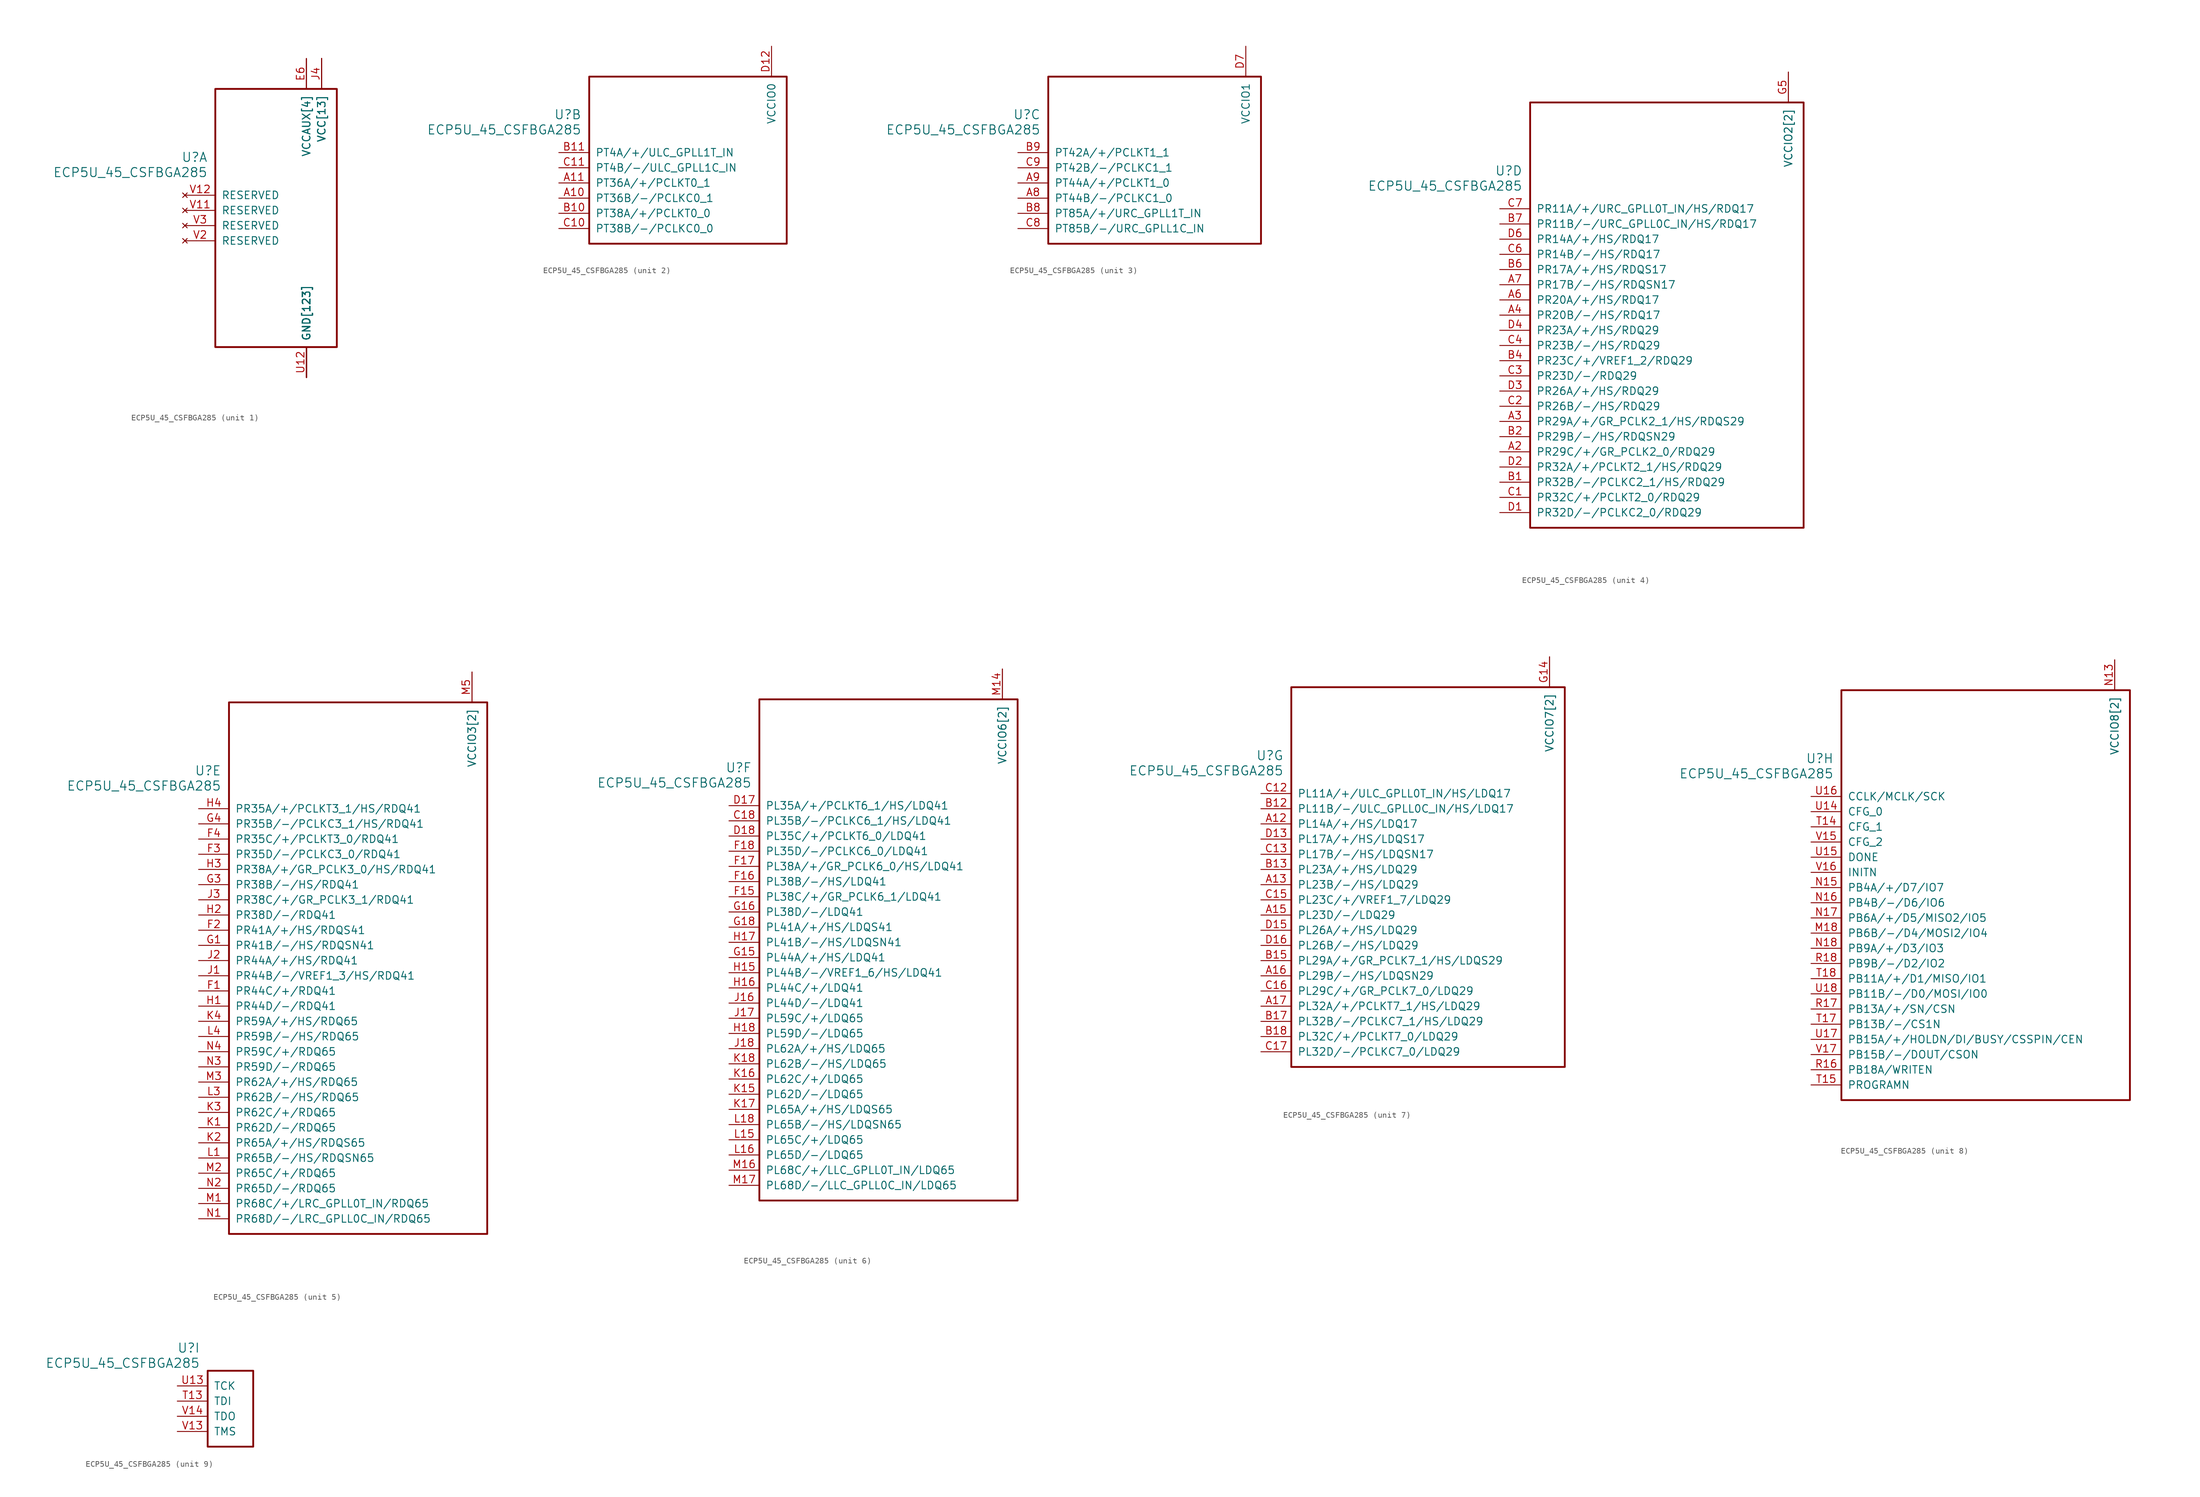
<source format=kicad_sym>
(kicad_symbol_lib
  (version 20211014)
  (generator kicad_symbol_editor)
  (symbol "ECP5U_45_CSFBGA285"
    (pin_names
      (offset 1.016))
    (property "Reference" "U"
      (at 3.81 6.35 0)
      (effects (font (size 1.524 1.524)) (justify right)))
    (property "Value" "ECP5U_45_CSFBGA285"
      (at 3.81 3.81 0)
      (effects (font (size 1.524 1.524)) (justify right)))
    (property "ki_locked" ""
      (at 0 0 0)
      (effects (font (size 1.27 1.27))))
    (symbol "ECP5U_45_CSFBGA285_1_1"
      (rectangle (start 5.08 17.78) (end 25.4 -25.4) (stroke (width 0.305) (type default) (color 0 0 0 0)) (fill (type none)))
      (pin power_in line (at 20.32 -30.48 90) (length 5.08) (name "GND[123]" (effects (font (size 1.27 1.27)))) (number "B16" (effects (font (size 0 0)))))
      (pin power_in line (at 20.32 -30.48 90) (length 5.08) (name "GND[123]" (effects (font (size 1.27 1.27)))) (number "B3" (effects (font (size 0 0)))))
      (pin power_in line (at 22.86 22.86 270) (length 5.08) (name "VCC[13]" (effects (font (size 1.27 1.27)))) (number "D10" (effects (font (size 0 0)))))
      (pin power_in line (at 22.86 22.86 270) (length 5.08) (name "VCC[13]" (effects (font (size 1.27 1.27)))) (number "D11" (effects (font (size 0 0)))))
      (pin power_in line (at 22.86 22.86 270) (length 5.08) (name "VCC[13]" (effects (font (size 1.27 1.27)))) (number "D8" (effects (font (size 0 0)))))
      (pin power_in line (at 22.86 22.86 270) (length 5.08) (name "VCC[13]" (effects (font (size 1.27 1.27)))) (number "D9" (effects (font (size 0 0)))))
      (pin power_in line (at 20.32 -30.48 90) (length 5.08) (name "GND[123]" (effects (font (size 1.27 1.27)))) (number "E10" (effects (font (size 0 0)))))
      (pin power_in line (at 20.32 -30.48 90) (length 5.08) (name "GND[123]" (effects (font (size 1.27 1.27)))) (number "E11" (effects (font (size 0 0)))))
      (pin power_in line (at 20.32 -30.48 90) (length 5.08) (name "GND[123]" (effects (font (size 1.27 1.27)))) (number "E12" (effects (font (size 0 0)))))
      (pin power_in line (at 20.32 22.86 270) (length 5.08) (name "VCCAUX[4]" (effects (font (size 1.27 1.27)))) (number "E13" (effects (font (size 0 0)))))
      (pin power_in line (at 20.32 -30.48 90) (length 5.08) (name "GND[123]" (effects (font (size 1.27 1.27)))) (number "E14" (effects (font (size 0 0)))))
      (pin power_in line (at 20.32 -30.48 90) (length 5.08) (name "GND[123]" (effects (font (size 1.27 1.27)))) (number "E5" (effects (font (size 0 0)))))
      (pin power_in line (at 20.32 22.86 270) (length 5.08) (name "VCCAUX[4]" (effects (font (size 1.27 1.27)))) (number "E6" (effects (font (size 1.27 1.27)))))
      (pin power_in line (at 20.32 -30.48 90) (length 5.08) (name "GND[123]" (effects (font (size 1.27 1.27)))) (number "E7" (effects (font (size 0 0)))))
      (pin power_in line (at 20.32 -30.48 90) (length 5.08) (name "GND[123]" (effects (font (size 1.27 1.27)))) (number "E8" (effects (font (size 0 0)))))
      (pin power_in line (at 20.32 -30.48 90) (length 5.08) (name "GND[123]" (effects (font (size 1.27 1.27)))) (number "E9" (effects (font (size 0 0)))))
      (pin power_in line (at 20.32 -30.48 90) (length 5.08) (name "GND[123]" (effects (font (size 1.27 1.27)))) (number "F10" (effects (font (size 0 0)))))
      (pin power_in line (at 20.32 -30.48 90) (length 5.08) (name "GND[123]" (effects (font (size 1.27 1.27)))) (number "F11" (effects (font (size 0 0)))))
      (pin power_in line (at 20.32 -30.48 90) (length 5.08) (name "GND[123]" (effects (font (size 1.27 1.27)))) (number "F12" (effects (font (size 0 0)))))
      (pin power_in line (at 20.32 -30.48 90) (length 5.08) (name "GND[123]" (effects (font (size 1.27 1.27)))) (number "F13" (effects (font (size 0 0)))))
      (pin power_in line (at 20.32 -30.48 90) (length 5.08) (name "GND[123]" (effects (font (size 1.27 1.27)))) (number "F14" (effects (font (size 0 0)))))
      (pin power_in line (at 20.32 -30.48 90) (length 5.08) (name "GND[123]" (effects (font (size 1.27 1.27)))) (number "F5" (effects (font (size 0 0)))))
      (pin power_in line (at 20.32 -30.48 90) (length 5.08) (name "GND[123]" (effects (font (size 1.27 1.27)))) (number "F6" (effects (font (size 0 0)))))
      (pin power_in line (at 20.32 -30.48 90) (length 5.08) (name "GND[123]" (effects (font (size 1.27 1.27)))) (number "F7" (effects (font (size 0 0)))))
      (pin power_in line (at 20.32 -30.48 90) (length 5.08) (name "GND[123]" (effects (font (size 1.27 1.27)))) (number "F8" (effects (font (size 0 0)))))
      (pin power_in line (at 20.32 -30.48 90) (length 5.08) (name "GND[123]" (effects (font (size 1.27 1.27)))) (number "F9" (effects (font (size 0 0)))))
      (pin power_in line (at 20.32 -30.48 90) (length 5.08) (name "GND[123]" (effects (font (size 1.27 1.27)))) (number "G10" (effects (font (size 0 0)))))
      (pin power_in line (at 20.32 -30.48 90) (length 5.08) (name "GND[123]" (effects (font (size 1.27 1.27)))) (number "G11" (effects (font (size 0 0)))))
      (pin power_in line (at 20.32 -30.48 90) (length 5.08) (name "GND[123]" (effects (font (size 1.27 1.27)))) (number "G12" (effects (font (size 0 0)))))
      (pin power_in line (at 20.32 -30.48 90) (length 5.08) (name "GND[123]" (effects (font (size 1.27 1.27)))) (number "G13" (effects (font (size 0 0)))))
      (pin power_in line (at 20.32 -30.48 90) (length 5.08) (name "GND[123]" (effects (font (size 1.27 1.27)))) (number "G17" (effects (font (size 0 0)))))
      (pin power_in line (at 20.32 -30.48 90) (length 5.08) (name "GND[123]" (effects (font (size 1.27 1.27)))) (number "G2" (effects (font (size 0 0)))))
      (pin power_in line (at 20.32 -30.48 90) (length 5.08) (name "GND[123]" (effects (font (size 1.27 1.27)))) (number "G6" (effects (font (size 0 0)))))
      (pin power_in line (at 20.32 -30.48 90) (length 5.08) (name "GND[123]" (effects (font (size 1.27 1.27)))) (number "G7" (effects (font (size 0 0)))))
      (pin power_in line (at 20.32 -30.48 90) (length 5.08) (name "GND[123]" (effects (font (size 1.27 1.27)))) (number "G8" (effects (font (size 0 0)))))
      (pin power_in line (at 20.32 -30.48 90) (length 5.08) (name "GND[123]" (effects (font (size 1.27 1.27)))) (number "G9" (effects (font (size 0 0)))))
      (pin power_in line (at 20.32 -30.48 90) (length 5.08) (name "GND[123]" (effects (font (size 1.27 1.27)))) (number "H10" (effects (font (size 0 0)))))
      (pin power_in line (at 20.32 -30.48 90) (length 5.08) (name "GND[123]" (effects (font (size 1.27 1.27)))) (number "H11" (effects (font (size 0 0)))))
      (pin power_in line (at 20.32 -30.48 90) (length 5.08) (name "GND[123]" (effects (font (size 1.27 1.27)))) (number "H12" (effects (font (size 0 0)))))
      (pin power_in line (at 20.32 -30.48 90) (length 5.08) (name "GND[123]" (effects (font (size 1.27 1.27)))) (number "H13" (effects (font (size 0 0)))))
      (pin power_in line (at 20.32 -30.48 90) (length 5.08) (name "GND[123]" (effects (font (size 1.27 1.27)))) (number "H6" (effects (font (size 0 0)))))
      (pin power_in line (at 20.32 -30.48 90) (length 5.08) (name "GND[123]" (effects (font (size 1.27 1.27)))) (number "H7" (effects (font (size 0 0)))))
      (pin power_in line (at 20.32 -30.48 90) (length 5.08) (name "GND[123]" (effects (font (size 1.27 1.27)))) (number "H8" (effects (font (size 0 0)))))
      (pin power_in line (at 20.32 -30.48 90) (length 5.08) (name "GND[123]" (effects (font (size 1.27 1.27)))) (number "H9" (effects (font (size 0 0)))))
      (pin power_in line (at 20.32 -30.48 90) (length 5.08) (name "GND[123]" (effects (font (size 1.27 1.27)))) (number "J10" (effects (font (size 0 0)))))
      (pin power_in line (at 20.32 -30.48 90) (length 5.08) (name "GND[123]" (effects (font (size 1.27 1.27)))) (number "J11" (effects (font (size 0 0)))))
      (pin power_in line (at 20.32 -30.48 90) (length 5.08) (name "GND[123]" (effects (font (size 1.27 1.27)))) (number "J12" (effects (font (size 0 0)))))
      (pin power_in line (at 20.32 -30.48 90) (length 5.08) (name "GND[123]" (effects (font (size 1.27 1.27)))) (number "J13" (effects (font (size 0 0)))))
      (pin power_in line (at 22.86 22.86 270) (length 5.08) (name "VCC[13]" (effects (font (size 1.27 1.27)))) (number "J14" (effects (font (size 0 0)))))
      (pin power_in line (at 22.86 22.86 270) (length 5.08) (name "VCC[13]" (effects (font (size 1.27 1.27)))) (number "J15" (effects (font (size 0 0)))))
      (pin power_in line (at 22.86 22.86 270) (length 5.08) (name "VCC[13]" (effects (font (size 1.27 1.27)))) (number "J4" (effects (font (size 1.27 1.27)))))
      (pin power_in line (at 22.86 22.86 270) (length 5.08) (name "VCC[13]" (effects (font (size 1.27 1.27)))) (number "J5" (effects (font (size 0 0)))))
      (pin power_in line (at 20.32 -30.48 90) (length 5.08) (name "GND[123]" (effects (font (size 1.27 1.27)))) (number "J6" (effects (font (size 0 0)))))
      (pin power_in line (at 20.32 -30.48 90) (length 5.08) (name "GND[123]" (effects (font (size 1.27 1.27)))) (number "J7" (effects (font (size 0 0)))))
      (pin power_in line (at 20.32 -30.48 90) (length 5.08) (name "GND[123]" (effects (font (size 1.27 1.27)))) (number "J8" (effects (font (size 0 0)))))
      (pin power_in line (at 20.32 -30.48 90) (length 5.08) (name "GND[123]" (effects (font (size 1.27 1.27)))) (number "J9" (effects (font (size 0 0)))))
      (pin power_in line (at 20.32 -30.48 90) (length 5.08) (name "GND[123]" (effects (font (size 1.27 1.27)))) (number "K10" (effects (font (size 0 0)))))
      (pin power_in line (at 20.32 -30.48 90) (length 5.08) (name "GND[123]" (effects (font (size 1.27 1.27)))) (number "K11" (effects (font (size 0 0)))))
      (pin power_in line (at 20.32 -30.48 90) (length 5.08) (name "GND[123]" (effects (font (size 1.27 1.27)))) (number "K12" (effects (font (size 0 0)))))
      (pin power_in line (at 20.32 -30.48 90) (length 5.08) (name "GND[123]" (effects (font (size 1.27 1.27)))) (number "K13" (effects (font (size 0 0)))))
      (pin power_in line (at 20.32 -30.48 90) (length 5.08) (name "GND[123]" (effects (font (size 1.27 1.27)))) (number "K14" (effects (font (size 0 0)))))
      (pin power_in line (at 20.32 -30.48 90) (length 5.08) (name "GND[123]" (effects (font (size 1.27 1.27)))) (number "K5" (effects (font (size 0 0)))))
      (pin power_in line (at 20.32 -30.48 90) (length 5.08) (name "GND[123]" (effects (font (size 1.27 1.27)))) (number "K6" (effects (font (size 0 0)))))
      (pin power_in line (at 20.32 -30.48 90) (length 5.08) (name "GND[123]" (effects (font (size 1.27 1.27)))) (number "K7" (effects (font (size 0 0)))))
      (pin power_in line (at 20.32 -30.48 90) (length 5.08) (name "GND[123]" (effects (font (size 1.27 1.27)))) (number "K8" (effects (font (size 0 0)))))
      (pin power_in line (at 20.32 -30.48 90) (length 5.08) (name "GND[123]" (effects (font (size 1.27 1.27)))) (number "K9" (effects (font (size 0 0)))))
      (pin power_in line (at 20.32 -30.48 90) (length 5.08) (name "GND[123]" (effects (font (size 1.27 1.27)))) (number "L10" (effects (font (size 0 0)))))
      (pin power_in line (at 20.32 -30.48 90) (length 5.08) (name "GND[123]" (effects (font (size 1.27 1.27)))) (number "L11" (effects (font (size 0 0)))))
      (pin power_in line (at 20.32 -30.48 90) (length 5.08) (name "GND[123]" (effects (font (size 1.27 1.27)))) (number "L12" (effects (font (size 0 0)))))
      (pin power_in line (at 20.32 -30.48 90) (length 5.08) (name "GND[123]" (effects (font (size 1.27 1.27)))) (number "L13" (effects (font (size 0 0)))))
      (pin power_in line (at 20.32 -30.48 90) (length 5.08) (name "GND[123]" (effects (font (size 1.27 1.27)))) (number "L14" (effects (font (size 0 0)))))
      (pin power_in line (at 20.32 -30.48 90) (length 5.08) (name "GND[123]" (effects (font (size 1.27 1.27)))) (number "L17" (effects (font (size 0 0)))))
      (pin power_in line (at 20.32 -30.48 90) (length 5.08) (name "GND[123]" (effects (font (size 1.27 1.27)))) (number "L2" (effects (font (size 0 0)))))
      (pin power_in line (at 20.32 -30.48 90) (length 5.08) (name "GND[123]" (effects (font (size 1.27 1.27)))) (number "L5" (effects (font (size 0 0)))))
      (pin power_in line (at 20.32 -30.48 90) (length 5.08) (name "GND[123]" (effects (font (size 1.27 1.27)))) (number "L6" (effects (font (size 0 0)))))
      (pin power_in line (at 20.32 -30.48 90) (length 5.08) (name "GND[123]" (effects (font (size 1.27 1.27)))) (number "L7" (effects (font (size 0 0)))))
      (pin power_in line (at 20.32 -30.48 90) (length 5.08) (name "GND[123]" (effects (font (size 1.27 1.27)))) (number "L8" (effects (font (size 0 0)))))
      (pin power_in line (at 20.32 -30.48 90) (length 5.08) (name "GND[123]" (effects (font (size 1.27 1.27)))) (number "L9" (effects (font (size 0 0)))))
      (pin power_in line (at 20.32 -30.48 90) (length 5.08) (name "GND[123]" (effects (font (size 1.27 1.27)))) (number "M10" (effects (font (size 0 0)))))
      (pin power_in line (at 20.32 -30.48 90) (length 5.08) (name "GND[123]" (effects (font (size 1.27 1.27)))) (number "M11" (effects (font (size 0 0)))))
      (pin power_in line (at 20.32 -30.48 90) (length 5.08) (name "GND[123]" (effects (font (size 1.27 1.27)))) (number "M12" (effects (font (size 0 0)))))
      (pin power_in line (at 20.32 -30.48 90) (length 5.08) (name "GND[123]" (effects (font (size 1.27 1.27)))) (number "M13" (effects (font (size 0 0)))))
      (pin power_in line (at 22.86 22.86 270) (length 5.08) (name "VCC[13]" (effects (font (size 1.27 1.27)))) (number "M15" (effects (font (size 0 0)))))
      (pin power_in line (at 22.86 22.86 270) (length 5.08) (name "VCC[13]" (effects (font (size 1.27 1.27)))) (number "M4" (effects (font (size 0 0)))))
      (pin power_in line (at 20.32 -30.48 90) (length 5.08) (name "GND[123]" (effects (font (size 1.27 1.27)))) (number "M6" (effects (font (size 0 0)))))
      (pin power_in line (at 20.32 -30.48 90) (length 5.08) (name "GND[123]" (effects (font (size 1.27 1.27)))) (number "M7" (effects (font (size 0 0)))))
      (pin power_in line (at 20.32 -30.48 90) (length 5.08) (name "GND[123]" (effects (font (size 1.27 1.27)))) (number "M8" (effects (font (size 0 0)))))
      (pin power_in line (at 20.32 -30.48 90) (length 5.08) (name "GND[123]" (effects (font (size 1.27 1.27)))) (number "M9" (effects (font (size 0 0)))))
      (pin power_in line (at 20.32 -30.48 90) (length 5.08) (name "GND[123]" (effects (font (size 1.27 1.27)))) (number "N10" (effects (font (size 0 0)))))
      (pin power_in line (at 20.32 -30.48 90) (length 5.08) (name "GND[123]" (effects (font (size 1.27 1.27)))) (number "N11" (effects (font (size 0 0)))))
      (pin power_in line (at 20.32 -30.48 90) (length 5.08) (name "GND[123]" (effects (font (size 1.27 1.27)))) (number "N12" (effects (font (size 0 0)))))
      (pin power_in line (at 20.32 22.86 270) (length 5.08) (name "VCCAUX[4]" (effects (font (size 1.27 1.27)))) (number "N6" (effects (font (size 0 0)))))
      (pin power_in line (at 20.32 -30.48 90) (length 5.08) (name "GND[123]" (effects (font (size 1.27 1.27)))) (number "N7" (effects (font (size 0 0)))))
      (pin power_in line (at 20.32 -30.48 90) (length 5.08) (name "GND[123]" (effects (font (size 1.27 1.27)))) (number "N8" (effects (font (size 0 0)))))
      (pin power_in line (at 20.32 -30.48 90) (length 5.08) (name "GND[123]" (effects (font (size 1.27 1.27)))) (number "N9" (effects (font (size 0 0)))))
      (pin power_in line (at 20.32 -30.48 90) (length 5.08) (name "GND[123]" (effects (font (size 1.27 1.27)))) (number "P10" (effects (font (size 0 0)))))
      (pin power_in line (at 22.86 22.86 270) (length 5.08) (name "VCC[13]" (effects (font (size 1.27 1.27)))) (number "P11" (effects (font (size 0 0)))))
      (pin power_in line (at 20.32 -30.48 90) (length 5.08) (name "GND[123]" (effects (font (size 1.27 1.27)))) (number "P12" (effects (font (size 0 0)))))
      (pin power_in line (at 20.32 22.86 270) (length 5.08) (name "VCCAUX[4]" (effects (font (size 1.27 1.27)))) (number "P13" (effects (font (size 0 0)))))
      (pin power_in line (at 20.32 -30.48 90) (length 5.08) (name "GND[123]" (effects (font (size 1.27 1.27)))) (number "P5" (effects (font (size 0 0)))))
      (pin power_in line (at 20.32 -30.48 90) (length 5.08) (name "GND[123]" (effects (font (size 1.27 1.27)))) (number "P6" (effects (font (size 0 0)))))
      (pin power_in line (at 22.86 22.86 270) (length 5.08) (name "VCC[13]" (effects (font (size 1.27 1.27)))) (number "P7" (effects (font (size 0 0)))))
      (pin power_in line (at 20.32 -30.48 90) (length 5.08) (name "GND[123]" (effects (font (size 1.27 1.27)))) (number "P8" (effects (font (size 0 0)))))
      (pin power_in line (at 22.86 22.86 270) (length 5.08) (name "VCC[13]" (effects (font (size 1.27 1.27)))) (number "P9" (effects (font (size 0 0)))))
      (pin power_in line (at 20.32 -30.48 90) (length 5.08) (name "GND[123]" (effects (font (size 1.27 1.27)))) (number "R1" (effects (font (size 0 0)))))
      (pin power_in line (at 20.32 -30.48 90) (length 5.08) (name "GND[123]" (effects (font (size 1.27 1.27)))) (number "R10" (effects (font (size 0 0)))))
      (pin power_in line (at 20.32 -30.48 90) (length 5.08) (name "GND[123]" (effects (font (size 1.27 1.27)))) (number "R2" (effects (font (size 0 0)))))
      (pin power_in line (at 20.32 -30.48 90) (length 5.08) (name "GND[123]" (effects (font (size 1.27 1.27)))) (number "R3" (effects (font (size 0 0)))))
      (pin power_in line (at 20.32 -30.48 90) (length 5.08) (name "GND[123]" (effects (font (size 1.27 1.27)))) (number "T1" (effects (font (size 0 0)))))
      (pin power_in line (at 20.32 -30.48 90) (length 5.08) (name "GND[123]" (effects (font (size 1.27 1.27)))) (number "T10" (effects (font (size 0 0)))))
      (pin power_in line (at 20.32 -30.48 90) (length 5.08) (name "GND[123]" (effects (font (size 1.27 1.27)))) (number "T11" (effects (font (size 0 0)))))
      (pin power_in line (at 20.32 -30.48 90) (length 5.08) (name "GND[123]" (effects (font (size 1.27 1.27)))) (number "T12" (effects (font (size 0 0)))))
      (pin power_in line (at 20.32 -30.48 90) (length 5.08) (name "GND[123]" (effects (font (size 1.27 1.27)))) (number "T16" (effects (font (size 0 0)))))
      (pin power_in line (at 20.32 -30.48 90) (length 5.08) (name "GND[123]" (effects (font (size 1.27 1.27)))) (number "T2" (effects (font (size 0 0)))))
      (pin power_in line (at 20.32 -30.48 90) (length 5.08) (name "GND[123]" (effects (font (size 1.27 1.27)))) (number "T3" (effects (font (size 0 0)))))
      (pin power_in line (at 20.32 -30.48 90) (length 5.08) (name "GND[123]" (effects (font (size 1.27 1.27)))) (number "T4" (effects (font (size 0 0)))))
      (pin power_in line (at 20.32 -30.48 90) (length 5.08) (name "GND[123]" (effects (font (size 1.27 1.27)))) (number "T5" (effects (font (size 0 0)))))
      (pin power_in line (at 20.32 -30.48 90) (length 5.08) (name "GND[123]" (effects (font (size 1.27 1.27)))) (number "T6" (effects (font (size 0 0)))))
      (pin power_in line (at 20.32 -30.48 90) (length 5.08) (name "GND[123]" (effects (font (size 1.27 1.27)))) (number "T7" (effects (font (size 0 0)))))
      (pin power_in line (at 20.32 -30.48 90) (length 5.08) (name "GND[123]" (effects (font (size 1.27 1.27)))) (number "T8" (effects (font (size 0 0)))))
      (pin power_in line (at 20.32 -30.48 90) (length 5.08) (name "GND[123]" (effects (font (size 1.27 1.27)))) (number "T9" (effects (font (size 0 0)))))
      (pin power_in line (at 20.32 -30.48 90) (length 5.08) (name "GND[123]" (effects (font (size 1.27 1.27)))) (number "U1" (effects (font (size 0 0)))))
      (pin power_in line (at 20.32 -30.48 90) (length 5.08) (name "GND[123]" (effects (font (size 1.27 1.27)))) (number "U10" (effects (font (size 0 0)))))
      (pin power_in line (at 20.32 -30.48 90) (length 5.08) (name "GND[123]" (effects (font (size 1.27 1.27)))) (number "U11" (effects (font (size 0 0)))))
      (pin power_in line (at 20.32 -30.48 90) (length 5.08) (name "GND[123]" (effects (font (size 1.27 1.27)))) (number "U12" (effects (font (size 1.27 1.27)))))
      (pin power_in line (at 20.32 -30.48 90) (length 5.08) (name "GND[123]" (effects (font (size 1.27 1.27)))) (number "U2" (effects (font (size 0 0)))))
      (pin power_in line (at 20.32 -30.48 90) (length 5.08) (name "GND[123]" (effects (font (size 1.27 1.27)))) (number "U3" (effects (font (size 0 0)))))
      (pin power_in line (at 20.32 -30.48 90) (length 5.08) (name "GND[123]" (effects (font (size 1.27 1.27)))) (number "U4" (effects (font (size 0 0)))))
      (pin power_in line (at 20.32 -30.48 90) (length 5.08) (name "GND[123]" (effects (font (size 1.27 1.27)))) (number "U5" (effects (font (size 0 0)))))
      (pin power_in line (at 20.32 -30.48 90) (length 5.08) (name "GND[123]" (effects (font (size 1.27 1.27)))) (number "U6" (effects (font (size 0 0)))))
      (pin power_in line (at 20.32 -30.48 90) (length 5.08) (name "GND[123]" (effects (font (size 1.27 1.27)))) (number "U7" (effects (font (size 0 0)))))
      (pin power_in line (at 20.32 -30.48 90) (length 5.08) (name "GND[123]" (effects (font (size 1.27 1.27)))) (number "U8" (effects (font (size 0 0)))))
      (pin power_in line (at 20.32 -30.48 90) (length 5.08) (name "GND[123]" (effects (font (size 1.27 1.27)))) (number "U9" (effects (font (size 0 0)))))
      (pin power_in line (at 20.32 -30.48 90) (length 5.08) (name "GND[123]" (effects (font (size 1.27 1.27)))) (number "V10" (effects (font (size 0 0)))))
      (pin no_connect line (at 0 -2.54 0) (length 5.08) (name "RESERVED" (effects (font (size 1.27 1.27)))) (number "V11" (effects (font (size 1.27 1.27)))))
      (pin no_connect line (at 0 0 0) (length 5.08) (name "RESERVED" (effects (font (size 1.27 1.27)))) (number "V12" (effects (font (size 1.27 1.27)))))
      (pin no_connect line (at 0 -7.62 0) (length 5.08) (name "RESERVED" (effects (font (size 1.27 1.27)))) (number "V2" (effects (font (size 1.27 1.27)))))
      (pin no_connect line (at 0 -5.08 0) (length 5.08) (name "RESERVED" (effects (font (size 1.27 1.27)))) (number "V3" (effects (font (size 1.27 1.27)))))
      (pin power_in line (at 20.32 -30.48 90) (length 5.08) (name "GND[123]" (effects (font (size 1.27 1.27)))) (number "V4" (effects (font (size 0 0)))))
      (pin power_in line (at 20.32 -30.48 90) (length 5.08) (name "GND[123]" (effects (font (size 1.27 1.27)))) (number "V5" (effects (font (size 0 0)))))
      (pin power_in line (at 20.32 -30.48 90) (length 5.08) (name "GND[123]" (effects (font (size 1.27 1.27)))) (number "V6" (effects (font (size 0 0)))))
      (pin power_in line (at 20.32 -30.48 90) (length 5.08) (name "GND[123]" (effects (font (size 1.27 1.27)))) (number "V7" (effects (font (size 0 0)))))
      (pin power_in line (at 20.32 -30.48 90) (length 5.08) (name "GND[123]" (effects (font (size 1.27 1.27)))) (number "V8" (effects (font (size 0 0)))))
      (pin power_in line (at 20.32 -30.48 90) (length 5.08) (name "GND[123]" (effects (font (size 1.27 1.27)))) (number "V9" (effects (font (size 0 0))))))
    (symbol "ECP5U_45_CSFBGA285_2_1"
      (rectangle (start 5.08 12.7) (end 38.1 -15.24) (stroke (width 0.305) (type default) (color 0 0 0 0)) (fill (type none)))
      (pin bidirectional line (at 0 -7.62 0) (length 5.08) (name "PT36B/-/PCLKC0_1" (effects (font (size 1.27 1.27)))) (number "A10" (effects (font (size 1.27 1.27)))))
      (pin bidirectional line (at 0 -5.08 0) (length 5.08) (name "PT36A/+/PCLKT0_1" (effects (font (size 1.27 1.27)))) (number "A11" (effects (font (size 1.27 1.27)))))
      (pin bidirectional line (at 0 -10.16 0) (length 5.08) (name "PT38A/+/PCLKT0_0" (effects (font (size 1.27 1.27)))) (number "B10" (effects (font (size 1.27 1.27)))))
      (pin bidirectional line (at 0 0 0) (length 5.08) (name "PT4A/+/ULC_GPLL1T_IN" (effects (font (size 1.27 1.27)))) (number "B11" (effects (font (size 1.27 1.27)))))
      (pin bidirectional line (at 0 -12.7 0) (length 5.08) (name "PT38B/-/PCLKC0_0" (effects (font (size 1.27 1.27)))) (number "C10" (effects (font (size 1.27 1.27)))))
      (pin bidirectional line (at 0 -2.54 0) (length 5.08) (name "PT4B/-/ULC_GPLL1C_IN" (effects (font (size 1.27 1.27)))) (number "C11" (effects (font (size 1.27 1.27)))))
      (pin power_in line (at 35.56 17.78 270) (length 5.08) (name "VCCIO0" (effects (font (size 1.27 1.27)))) (number "D12" (effects (font (size 1.27 1.27))))))
    (symbol "ECP5U_45_CSFBGA285_3_1"
      (rectangle (start 5.08 12.7) (end 40.64 -15.24) (stroke (width 0.305) (type default) (color 0 0 0 0)) (fill (type none)))
      (pin bidirectional line (at 0 -7.62 0) (length 5.08) (name "PT44B/-/PCLKC1_0" (effects (font (size 1.27 1.27)))) (number "A8" (effects (font (size 1.27 1.27)))))
      (pin bidirectional line (at 0 -5.08 0) (length 5.08) (name "PT44A/+/PCLKT1_0" (effects (font (size 1.27 1.27)))) (number "A9" (effects (font (size 1.27 1.27)))))
      (pin bidirectional line (at 0 -10.16 0) (length 5.08) (name "PT85A/+/URC_GPLL1T_IN" (effects (font (size 1.27 1.27)))) (number "B8" (effects (font (size 1.27 1.27)))))
      (pin bidirectional line (at 0 0 0) (length 5.08) (name "PT42A/+/PCLKT1_1" (effects (font (size 1.27 1.27)))) (number "B9" (effects (font (size 1.27 1.27)))))
      (pin bidirectional line (at 0 -12.7 0) (length 5.08) (name "PT85B/-/URC_GPLL1C_IN" (effects (font (size 1.27 1.27)))) (number "C8" (effects (font (size 1.27 1.27)))))
      (pin bidirectional line (at 0 -2.54 0) (length 5.08) (name "PT42B/-/PCLKC1_1" (effects (font (size 1.27 1.27)))) (number "C9" (effects (font (size 1.27 1.27)))))
      (pin power_in line (at 38.1 17.78 270) (length 5.08) (name "VCCIO1" (effects (font (size 1.27 1.27)))) (number "D7" (effects (font (size 1.27 1.27))))))
    (symbol "ECP5U_45_CSFBGA285_4_1"
      (rectangle (start 5.08 17.78) (end 50.8 -53.34) (stroke (width 0.305) (type default) (color 0 0 0 0)) (fill (type none)))
      (pin bidirectional line (at 0 -40.64 0) (length 5.08) (name "PR29C/+/GR_PCLK2_0/RDQ29" (effects (font (size 1.27 1.27)))) (number "A2" (effects (font (size 1.27 1.27)))))
      (pin bidirectional line (at 0 -35.56 0) (length 5.08) (name "PR29A/+/GR_PCLK2_1/HS/RDQS29" (effects (font (size 1.27 1.27)))) (number "A3" (effects (font (size 1.27 1.27)))))
      (pin bidirectional line (at 0 -17.78 0) (length 5.08) (name "PR20B/-/HS/RDQ17" (effects (font (size 1.27 1.27)))) (number "A4" (effects (font (size 1.27 1.27)))))
      (pin bidirectional line (at 0 -15.24 0) (length 5.08) (name "PR20A/+/HS/RDQ17" (effects (font (size 1.27 1.27)))) (number "A6" (effects (font (size 1.27 1.27)))))
      (pin bidirectional line (at 0 -12.7 0) (length 5.08) (name "PR17B/-/HS/RDQSN17" (effects (font (size 1.27 1.27)))) (number "A7" (effects (font (size 1.27 1.27)))))
      (pin bidirectional line (at 0 -45.72 0) (length 5.08) (name "PR32B/-/PCLKC2_1/HS/RDQ29" (effects (font (size 1.27 1.27)))) (number "B1" (effects (font (size 1.27 1.27)))))
      (pin bidirectional line (at 0 -38.1 0) (length 5.08) (name "PR29B/-/HS/RDQSN29" (effects (font (size 1.27 1.27)))) (number "B2" (effects (font (size 1.27 1.27)))))
      (pin bidirectional line (at 0 -25.4 0) (length 5.08) (name "PR23C/+/VREF1_2/RDQ29" (effects (font (size 1.27 1.27)))) (number "B4" (effects (font (size 1.27 1.27)))))
      (pin bidirectional line (at 0 -10.16 0) (length 5.08) (name "PR17A/+/HS/RDQS17" (effects (font (size 1.27 1.27)))) (number "B6" (effects (font (size 1.27 1.27)))))
      (pin bidirectional line (at 0 -2.54 0) (length 5.08) (name "PR11B/-/URC_GPLL0C_IN/HS/RDQ17" (effects (font (size 1.27 1.27)))) (number "B7" (effects (font (size 1.27 1.27)))))
      (pin bidirectional line (at 0 -48.26 0) (length 5.08) (name "PR32C/+/PCLKT2_0/RDQ29" (effects (font (size 1.27 1.27)))) (number "C1" (effects (font (size 1.27 1.27)))))
      (pin bidirectional line (at 0 -33.02 0) (length 5.08) (name "PR26B/-/HS/RDQ29" (effects (font (size 1.27 1.27)))) (number "C2" (effects (font (size 1.27 1.27)))))
      (pin bidirectional line (at 0 -27.94 0) (length 5.08) (name "PR23D/-/RDQ29" (effects (font (size 1.27 1.27)))) (number "C3" (effects (font (size 1.27 1.27)))))
      (pin bidirectional line (at 0 -22.86 0) (length 5.08) (name "PR23B/-/HS/RDQ29" (effects (font (size 1.27 1.27)))) (number "C4" (effects (font (size 1.27 1.27)))))
      (pin bidirectional line (at 0 -7.62 0) (length 5.08) (name "PR14B/-/HS/RDQ17" (effects (font (size 1.27 1.27)))) (number "C6" (effects (font (size 1.27 1.27)))))
      (pin bidirectional line (at 0 0 0) (length 5.08) (name "PR11A/+/URC_GPLL0T_IN/HS/RDQ17" (effects (font (size 1.27 1.27)))) (number "C7" (effects (font (size 1.27 1.27)))))
      (pin bidirectional line (at 0 -50.8 0) (length 5.08) (name "PR32D/-/PCLKC2_0/RDQ29" (effects (font (size 1.27 1.27)))) (number "D1" (effects (font (size 1.27 1.27)))))
      (pin bidirectional line (at 0 -43.18 0) (length 5.08) (name "PR32A/+/PCLKT2_1/HS/RDQ29" (effects (font (size 1.27 1.27)))) (number "D2" (effects (font (size 1.27 1.27)))))
      (pin bidirectional line (at 0 -30.48 0) (length 5.08) (name "PR26A/+/HS/RDQ29" (effects (font (size 1.27 1.27)))) (number "D3" (effects (font (size 1.27 1.27)))))
      (pin bidirectional line (at 0 -20.32 0) (length 5.08) (name "PR23A/+/HS/RDQ29" (effects (font (size 1.27 1.27)))) (number "D4" (effects (font (size 1.27 1.27)))))
      (pin bidirectional line (at 0 -5.08 0) (length 5.08) (name "PR14A/+/HS/RDQ17" (effects (font (size 1.27 1.27)))) (number "D6" (effects (font (size 1.27 1.27)))))
      (pin power_in line (at 48.26 22.86 270) (length 5.08) (name "VCCIO2[2]" (effects (font (size 1.27 1.27)))) (number "G5" (effects (font (size 1.27 1.27)))))
      (pin power_in line (at 48.26 22.86 270) (length 5.08) (name "VCCIO2[2]" (effects (font (size 1.27 1.27)))) (number "H5" (effects (font (size 0 0))))))
    (symbol "ECP5U_45_CSFBGA285_5_1"
      (rectangle (start 5.08 17.78) (end 48.26 -71.12) (stroke (width 0.305) (type default) (color 0 0 0 0)) (fill (type none)))
      (pin bidirectional line (at 0 -30.48 0) (length 5.08) (name "PR44C/+/RDQ41" (effects (font (size 1.27 1.27)))) (number "F1" (effects (font (size 1.27 1.27)))))
      (pin bidirectional line (at 0 -20.32 0) (length 5.08) (name "PR41A/+/HS/RDQS41" (effects (font (size 1.27 1.27)))) (number "F2" (effects (font (size 1.27 1.27)))))
      (pin bidirectional line (at 0 -7.62 0) (length 5.08) (name "PR35D/-/PCLKC3_0/RDQ41" (effects (font (size 1.27 1.27)))) (number "F3" (effects (font (size 1.27 1.27)))))
      (pin bidirectional line (at 0 -5.08 0) (length 5.08) (name "PR35C/+/PCLKT3_0/RDQ41" (effects (font (size 1.27 1.27)))) (number "F4" (effects (font (size 1.27 1.27)))))
      (pin bidirectional line (at 0 -22.86 0) (length 5.08) (name "PR41B/-/HS/RDQSN41" (effects (font (size 1.27 1.27)))) (number "G1" (effects (font (size 1.27 1.27)))))
      (pin bidirectional line (at 0 -12.7 0) (length 5.08) (name "PR38B/-/HS/RDQ41" (effects (font (size 1.27 1.27)))) (number "G3" (effects (font (size 1.27 1.27)))))
      (pin bidirectional line (at 0 -2.54 0) (length 5.08) (name "PR35B/-/PCLKC3_1/HS/RDQ41" (effects (font (size 1.27 1.27)))) (number "G4" (effects (font (size 1.27 1.27)))))
      (pin bidirectional line (at 0 -33.02 0) (length 5.08) (name "PR44D/-/RDQ41" (effects (font (size 1.27 1.27)))) (number "H1" (effects (font (size 1.27 1.27)))))
      (pin bidirectional line (at 0 -17.78 0) (length 5.08) (name "PR38D/-/RDQ41" (effects (font (size 1.27 1.27)))) (number "H2" (effects (font (size 1.27 1.27)))))
      (pin bidirectional line (at 0 -10.16 0) (length 5.08) (name "PR38A/+/GR_PCLK3_0/HS/RDQ41" (effects (font (size 1.27 1.27)))) (number "H3" (effects (font (size 1.27 1.27)))))
      (pin bidirectional line (at 0 0 0) (length 5.08) (name "PR35A/+/PCLKT3_1/HS/RDQ41" (effects (font (size 1.27 1.27)))) (number "H4" (effects (font (size 1.27 1.27)))))
      (pin bidirectional line (at 0 -27.94 0) (length 5.08) (name "PR44B/-/VREF1_3/HS/RDQ41" (effects (font (size 1.27 1.27)))) (number "J1" (effects (font (size 1.27 1.27)))))
      (pin bidirectional line (at 0 -25.4 0) (length 5.08) (name "PR44A/+/HS/RDQ41" (effects (font (size 1.27 1.27)))) (number "J2" (effects (font (size 1.27 1.27)))))
      (pin bidirectional line (at 0 -15.24 0) (length 5.08) (name "PR38C/+/GR_PCLK3_1/RDQ41" (effects (font (size 1.27 1.27)))) (number "J3" (effects (font (size 1.27 1.27)))))
      (pin bidirectional line (at 0 -53.34 0) (length 5.08) (name "PR62D/-/RDQ65" (effects (font (size 1.27 1.27)))) (number "K1" (effects (font (size 1.27 1.27)))))
      (pin bidirectional line (at 0 -55.88 0) (length 5.08) (name "PR65A/+/HS/RDQS65" (effects (font (size 1.27 1.27)))) (number "K2" (effects (font (size 1.27 1.27)))))
      (pin bidirectional line (at 0 -50.8 0) (length 5.08) (name "PR62C/+/RDQ65" (effects (font (size 1.27 1.27)))) (number "K3" (effects (font (size 1.27 1.27)))))
      (pin bidirectional line (at 0 -35.56 0) (length 5.08) (name "PR59A/+/HS/RDQ65" (effects (font (size 1.27 1.27)))) (number "K4" (effects (font (size 1.27 1.27)))))
      (pin bidirectional line (at 0 -58.42 0) (length 5.08) (name "PR65B/-/HS/RDQSN65" (effects (font (size 1.27 1.27)))) (number "L1" (effects (font (size 1.27 1.27)))))
      (pin bidirectional line (at 0 -48.26 0) (length 5.08) (name "PR62B/-/HS/RDQ65" (effects (font (size 1.27 1.27)))) (number "L3" (effects (font (size 1.27 1.27)))))
      (pin bidirectional line (at 0 -38.1 0) (length 5.08) (name "PR59B/-/HS/RDQ65" (effects (font (size 1.27 1.27)))) (number "L4" (effects (font (size 1.27 1.27)))))
      (pin bidirectional line (at 0 -66.04 0) (length 5.08) (name "PR68C/+/LRC_GPLL0T_IN/RDQ65" (effects (font (size 1.27 1.27)))) (number "M1" (effects (font (size 1.27 1.27)))))
      (pin bidirectional line (at 0 -60.96 0) (length 5.08) (name "PR65C/+/RDQ65" (effects (font (size 1.27 1.27)))) (number "M2" (effects (font (size 1.27 1.27)))))
      (pin bidirectional line (at 0 -45.72 0) (length 5.08) (name "PR62A/+/HS/RDQ65" (effects (font (size 1.27 1.27)))) (number "M3" (effects (font (size 1.27 1.27)))))
      (pin power_in line (at 45.72 22.86 270) (length 5.08) (name "VCCIO3[2]" (effects (font (size 1.27 1.27)))) (number "M5" (effects (font (size 1.27 1.27)))))
      (pin bidirectional line (at 0 -68.58 0) (length 5.08) (name "PR68D/-/LRC_GPLL0C_IN/RDQ65" (effects (font (size 1.27 1.27)))) (number "N1" (effects (font (size 1.27 1.27)))))
      (pin bidirectional line (at 0 -63.5 0) (length 5.08) (name "PR65D/-/RDQ65" (effects (font (size 1.27 1.27)))) (number "N2" (effects (font (size 1.27 1.27)))))
      (pin bidirectional line (at 0 -43.18 0) (length 5.08) (name "PR59D/-/RDQ65" (effects (font (size 1.27 1.27)))) (number "N3" (effects (font (size 1.27 1.27)))))
      (pin bidirectional line (at 0 -40.64 0) (length 5.08) (name "PR59C/+/RDQ65" (effects (font (size 1.27 1.27)))) (number "N4" (effects (font (size 1.27 1.27)))))
      (pin power_in line (at 45.72 22.86 270) (length 5.08) (name "VCCIO3[2]" (effects (font (size 1.27 1.27)))) (number "N5" (effects (font (size 0 0))))))
    (symbol "ECP5U_45_CSFBGA285_6_1"
      (rectangle (start 5.08 17.78) (end 48.26 -66.04) (stroke (width 0.305) (type default) (color 0 0 0 0)) (fill (type none)))
      (pin bidirectional line (at 0 -2.54 0) (length 5.08) (name "PL35B/-/PCLKC6_1/HS/LDQ41" (effects (font (size 1.27 1.27)))) (number "C18" (effects (font (size 1.27 1.27)))))
      (pin bidirectional line (at 0 0 0) (length 5.08) (name "PL35A/+/PCLKT6_1/HS/LDQ41" (effects (font (size 1.27 1.27)))) (number "D17" (effects (font (size 1.27 1.27)))))
      (pin bidirectional line (at 0 -5.08 0) (length 5.08) (name "PL35C/+/PCLKT6_0/LDQ41" (effects (font (size 1.27 1.27)))) (number "D18" (effects (font (size 1.27 1.27)))))
      (pin bidirectional line (at 0 -15.24 0) (length 5.08) (name "PL38C/+/GR_PCLK6_1/LDQ41" (effects (font (size 1.27 1.27)))) (number "F15" (effects (font (size 1.27 1.27)))))
      (pin bidirectional line (at 0 -12.7 0) (length 5.08) (name "PL38B/-/HS/LDQ41" (effects (font (size 1.27 1.27)))) (number "F16" (effects (font (size 1.27 1.27)))))
      (pin bidirectional line (at 0 -10.16 0) (length 5.08) (name "PL38A/+/GR_PCLK6_0/HS/LDQ41" (effects (font (size 1.27 1.27)))) (number "F17" (effects (font (size 1.27 1.27)))))
      (pin bidirectional line (at 0 -7.62 0) (length 5.08) (name "PL35D/-/PCLKC6_0/LDQ41" (effects (font (size 1.27 1.27)))) (number "F18" (effects (font (size 1.27 1.27)))))
      (pin bidirectional line (at 0 -25.4 0) (length 5.08) (name "PL44A/+/HS/LDQ41" (effects (font (size 1.27 1.27)))) (number "G15" (effects (font (size 1.27 1.27)))))
      (pin bidirectional line (at 0 -17.78 0) (length 5.08) (name "PL38D/-/LDQ41" (effects (font (size 1.27 1.27)))) (number "G16" (effects (font (size 1.27 1.27)))))
      (pin bidirectional line (at 0 -20.32 0) (length 5.08) (name "PL41A/+/HS/LDQS41" (effects (font (size 1.27 1.27)))) (number "G18" (effects (font (size 1.27 1.27)))))
      (pin bidirectional line (at 0 -27.94 0) (length 5.08) (name "PL44B/-/VREF1_6/HS/LDQ41" (effects (font (size 1.27 1.27)))) (number "H15" (effects (font (size 1.27 1.27)))))
      (pin bidirectional line (at 0 -30.48 0) (length 5.08) (name "PL44C/+/LDQ41" (effects (font (size 1.27 1.27)))) (number "H16" (effects (font (size 1.27 1.27)))))
      (pin bidirectional line (at 0 -22.86 0) (length 5.08) (name "PL41B/-/HS/LDQSN41" (effects (font (size 1.27 1.27)))) (number "H17" (effects (font (size 1.27 1.27)))))
      (pin bidirectional line (at 0 -38.1 0) (length 5.08) (name "PL59D/-/LDQ65" (effects (font (size 1.27 1.27)))) (number "H18" (effects (font (size 1.27 1.27)))))
      (pin bidirectional line (at 0 -33.02 0) (length 5.08) (name "PL44D/-/LDQ41" (effects (font (size 1.27 1.27)))) (number "J16" (effects (font (size 1.27 1.27)))))
      (pin bidirectional line (at 0 -35.56 0) (length 5.08) (name "PL59C/+/LDQ65" (effects (font (size 1.27 1.27)))) (number "J17" (effects (font (size 1.27 1.27)))))
      (pin bidirectional line (at 0 -40.64 0) (length 5.08) (name "PL62A/+/HS/LDQ65" (effects (font (size 1.27 1.27)))) (number "J18" (effects (font (size 1.27 1.27)))))
      (pin bidirectional line (at 0 -48.26 0) (length 5.08) (name "PL62D/-/LDQ65" (effects (font (size 1.27 1.27)))) (number "K15" (effects (font (size 1.27 1.27)))))
      (pin bidirectional line (at 0 -45.72 0) (length 5.08) (name "PL62C/+/LDQ65" (effects (font (size 1.27 1.27)))) (number "K16" (effects (font (size 1.27 1.27)))))
      (pin bidirectional line (at 0 -50.8 0) (length 5.08) (name "PL65A/+/HS/LDQS65" (effects (font (size 1.27 1.27)))) (number "K17" (effects (font (size 1.27 1.27)))))
      (pin bidirectional line (at 0 -43.18 0) (length 5.08) (name "PL62B/-/HS/LDQ65" (effects (font (size 1.27 1.27)))) (number "K18" (effects (font (size 1.27 1.27)))))
      (pin bidirectional line (at 0 -55.88 0) (length 5.08) (name "PL65C/+/LDQ65" (effects (font (size 1.27 1.27)))) (number "L15" (effects (font (size 1.27 1.27)))))
      (pin bidirectional line (at 0 -58.42 0) (length 5.08) (name "PL65D/-/LDQ65" (effects (font (size 1.27 1.27)))) (number "L16" (effects (font (size 1.27 1.27)))))
      (pin bidirectional line (at 0 -53.34 0) (length 5.08) (name "PL65B/-/HS/LDQSN65" (effects (font (size 1.27 1.27)))) (number "L18" (effects (font (size 1.27 1.27)))))
      (pin power_in line (at 45.72 22.86 270) (length 5.08) (name "VCCIO6[2]" (effects (font (size 1.27 1.27)))) (number "M14" (effects (font (size 1.27 1.27)))))
      (pin bidirectional line (at 0 -60.96 0) (length 5.08) (name "PL68C/+/LLC_GPLL0T_IN/LDQ65" (effects (font (size 1.27 1.27)))) (number "M16" (effects (font (size 1.27 1.27)))))
      (pin bidirectional line (at 0 -63.5 0) (length 5.08) (name "PL68D/-/LLC_GPLL0C_IN/LDQ65" (effects (font (size 1.27 1.27)))) (number "M17" (effects (font (size 1.27 1.27)))))
      (pin power_in line (at 45.72 22.86 270) (length 5.08) (name "VCCIO6[2]" (effects (font (size 1.27 1.27)))) (number "N14" (effects (font (size 0 0))))))
    (symbol "ECP5U_45_CSFBGA285_7_1"
      (rectangle (start 5.08 17.78) (end 50.8 -45.72) (stroke (width 0.305) (type default) (color 0 0 0 0)) (fill (type none)))
      (pin bidirectional line (at 0 -5.08 0) (length 5.08) (name "PL14A/+/HS/LDQ17" (effects (font (size 1.27 1.27)))) (number "A12" (effects (font (size 1.27 1.27)))))
      (pin bidirectional line (at 0 -15.24 0) (length 5.08) (name "PL23B/-/HS/LDQ29" (effects (font (size 1.27 1.27)))) (number "A13" (effects (font (size 1.27 1.27)))))
      (pin bidirectional line (at 0 -20.32 0) (length 5.08) (name "PL23D/-/LDQ29" (effects (font (size 1.27 1.27)))) (number "A15" (effects (font (size 1.27 1.27)))))
      (pin bidirectional line (at 0 -30.48 0) (length 5.08) (name "PL29B/-/HS/LDQSN29" (effects (font (size 1.27 1.27)))) (number "A16" (effects (font (size 1.27 1.27)))))
      (pin bidirectional line (at 0 -35.56 0) (length 5.08) (name "PL32A/+/PCLKT7_1/HS/LDQ29" (effects (font (size 1.27 1.27)))) (number "A17" (effects (font (size 1.27 1.27)))))
      (pin bidirectional line (at 0 -2.54 0) (length 5.08) (name "PL11B/-/ULC_GPLL0C_IN/HS/LDQ17" (effects (font (size 1.27 1.27)))) (number "B12" (effects (font (size 1.27 1.27)))))
      (pin bidirectional line (at 0 -12.7 0) (length 5.08) (name "PL23A/+/HS/LDQ29" (effects (font (size 1.27 1.27)))) (number "B13" (effects (font (size 1.27 1.27)))))
      (pin bidirectional line (at 0 -27.94 0) (length 5.08) (name "PL29A/+/GR_PCLK7_1/HS/LDQS29" (effects (font (size 1.27 1.27)))) (number "B15" (effects (font (size 1.27 1.27)))))
      (pin bidirectional line (at 0 -38.1 0) (length 5.08) (name "PL32B/-/PCLKC7_1/HS/LDQ29" (effects (font (size 1.27 1.27)))) (number "B17" (effects (font (size 1.27 1.27)))))
      (pin bidirectional line (at 0 -40.64 0) (length 5.08) (name "PL32C/+/PCLKT7_0/LDQ29" (effects (font (size 1.27 1.27)))) (number "B18" (effects (font (size 1.27 1.27)))))
      (pin bidirectional line (at 0 0 0) (length 5.08) (name "PL11A/+/ULC_GPLL0T_IN/HS/LDQ17" (effects (font (size 1.27 1.27)))) (number "C12" (effects (font (size 1.27 1.27)))))
      (pin bidirectional line (at 0 -10.16 0) (length 5.08) (name "PL17B/-/HS/LDQSN17" (effects (font (size 1.27 1.27)))) (number "C13" (effects (font (size 1.27 1.27)))))
      (pin bidirectional line (at 0 -17.78 0) (length 5.08) (name "PL23C/+/VREF1_7/LDQ29" (effects (font (size 1.27 1.27)))) (number "C15" (effects (font (size 1.27 1.27)))))
      (pin bidirectional line (at 0 -33.02 0) (length 5.08) (name "PL29C/+/GR_PCLK7_0/LDQ29" (effects (font (size 1.27 1.27)))) (number "C16" (effects (font (size 1.27 1.27)))))
      (pin bidirectional line (at 0 -43.18 0) (length 5.08) (name "PL32D/-/PCLKC7_0/LDQ29" (effects (font (size 1.27 1.27)))) (number "C17" (effects (font (size 1.27 1.27)))))
      (pin bidirectional line (at 0 -7.62 0) (length 5.08) (name "PL17A/+/HS/LDQS17" (effects (font (size 1.27 1.27)))) (number "D13" (effects (font (size 1.27 1.27)))))
      (pin bidirectional line (at 0 -22.86 0) (length 5.08) (name "PL26A/+/HS/LDQ29" (effects (font (size 1.27 1.27)))) (number "D15" (effects (font (size 1.27 1.27)))))
      (pin bidirectional line (at 0 -25.4 0) (length 5.08) (name "PL26B/-/HS/LDQ29" (effects (font (size 1.27 1.27)))) (number "D16" (effects (font (size 1.27 1.27)))))
      (pin power_in line (at 48.26 22.86 270) (length 5.08) (name "VCCIO7[2]" (effects (font (size 1.27 1.27)))) (number "G14" (effects (font (size 1.27 1.27)))))
      (pin power_in line (at 48.26 22.86 270) (length 5.08) (name "VCCIO7[2]" (effects (font (size 1.27 1.27)))) (number "H14" (effects (font (size 0 0))))))
    (symbol "ECP5U_45_CSFBGA285_8_1"
      (rectangle (start 5.08 17.78) (end 53.34 -50.8) (stroke (width 0.305) (type default) (color 0 0 0 0)) (fill (type none)))
      (pin bidirectional line (at 0 -22.86 0) (length 5.08) (name "PB6B/-/D4/MOSI2/IO4" (effects (font (size 1.27 1.27)))) (number "M18" (effects (font (size 1.27 1.27)))))
      (pin power_in line (at 50.8 22.86 270) (length 5.08) (name "VCCIO8[2]" (effects (font (size 1.27 1.27)))) (number "N13" (effects (font (size 1.27 1.27)))))
      (pin bidirectional line (at 0 -15.24 0) (length 5.08) (name "PB4A/+/D7/IO7" (effects (font (size 1.27 1.27)))) (number "N15" (effects (font (size 1.27 1.27)))))
      (pin bidirectional line (at 0 -17.78 0) (length 5.08) (name "PB4B/-/D6/IO6" (effects (font (size 1.27 1.27)))) (number "N16" (effects (font (size 1.27 1.27)))))
      (pin bidirectional line (at 0 -20.32 0) (length 5.08) (name "PB6A/+/D5/MISO2/IO5" (effects (font (size 1.27 1.27)))) (number "N17" (effects (font (size 1.27 1.27)))))
      (pin bidirectional line (at 0 -25.4 0) (length 5.08) (name "PB9A/+/D3/IO3" (effects (font (size 1.27 1.27)))) (number "N18" (effects (font (size 1.27 1.27)))))
      (pin power_in line (at 50.8 22.86 270) (length 5.08) (name "VCCIO8[2]" (effects (font (size 1.27 1.27)))) (number "P14" (effects (font (size 0 0)))))
      (pin bidirectional line (at 0 -45.72 0) (length 5.08) (name "PB18A/WRITEN" (effects (font (size 1.27 1.27)))) (number "R16" (effects (font (size 1.27 1.27)))))
      (pin bidirectional line (at 0 -35.56 0) (length 5.08) (name "PB13A/+/SN/CSN" (effects (font (size 1.27 1.27)))) (number "R17" (effects (font (size 1.27 1.27)))))
      (pin bidirectional line (at 0 -27.94 0) (length 5.08) (name "PB9B/-/D2/IO2" (effects (font (size 1.27 1.27)))) (number "R18" (effects (font (size 1.27 1.27)))))
      (pin bidirectional line (at 0 -5.08 0) (length 5.08) (name "CFG_1" (effects (font (size 1.27 1.27)))) (number "T14" (effects (font (size 1.27 1.27)))))
      (pin bidirectional line (at 0 -48.26 0) (length 5.08) (name "PROGRAMN" (effects (font (size 1.27 1.27)))) (number "T15" (effects (font (size 1.27 1.27)))))
      (pin bidirectional line (at 0 -38.1 0) (length 5.08) (name "PB13B/-/CS1N" (effects (font (size 1.27 1.27)))) (number "T17" (effects (font (size 1.27 1.27)))))
      (pin bidirectional line (at 0 -30.48 0) (length 5.08) (name "PB11A/+/D1/MISO/IO1" (effects (font (size 1.27 1.27)))) (number "T18" (effects (font (size 1.27 1.27)))))
      (pin bidirectional line (at 0 -2.54 0) (length 5.08) (name "CFG_0" (effects (font (size 1.27 1.27)))) (number "U14" (effects (font (size 1.27 1.27)))))
      (pin bidirectional line (at 0 -10.16 0) (length 5.08) (name "DONE" (effects (font (size 1.27 1.27)))) (number "U15" (effects (font (size 1.27 1.27)))))
      (pin bidirectional line (at 0 0 0) (length 5.08) (name "CCLK/MCLK/SCK" (effects (font (size 1.27 1.27)))) (number "U16" (effects (font (size 1.27 1.27)))))
      (pin bidirectional line (at 0 -40.64 0) (length 5.08) (name "PB15A/+/HOLDN/DI/BUSY/CSSPIN/CEN" (effects (font (size 1.27 1.27)))) (number "U17" (effects (font (size 1.27 1.27)))))
      (pin bidirectional line (at 0 -33.02 0) (length 5.08) (name "PB11B/-/D0/MOSI/IO0" (effects (font (size 1.27 1.27)))) (number "U18" (effects (font (size 1.27 1.27)))))
      (pin bidirectional line (at 0 -7.62 0) (length 5.08) (name "CFG_2" (effects (font (size 1.27 1.27)))) (number "V15" (effects (font (size 1.27 1.27)))))
      (pin bidirectional line (at 0 -12.7 0) (length 5.08) (name "INITN" (effects (font (size 1.27 1.27)))) (number "V16" (effects (font (size 1.27 1.27)))))
      (pin bidirectional line (at 0 -43.18 0) (length 5.08) (name "PB15B/-/DOUT/CSON" (effects (font (size 1.27 1.27)))) (number "V17" (effects (font (size 1.27 1.27))))))
    (symbol "ECP5U_45_CSFBGA285_9_1"
      (rectangle (start 5.08 2.54) (end 12.7 -10.16) (stroke (width 0.305) (type default) (color 0 0 0 0)) (fill (type none)))
      (pin bidirectional line (at 0 -2.54 0) (length 5.08) (name "TDI" (effects (font (size 1.27 1.27)))) (number "T13" (effects (font (size 1.27 1.27)))))
      (pin bidirectional line (at 0 0 0) (length 5.08) (name "TCK" (effects (font (size 1.27 1.27)))) (number "U13" (effects (font (size 1.27 1.27)))))
      (pin bidirectional line (at 0 -7.62 0) (length 5.08) (name "TMS" (effects (font (size 1.27 1.27)))) (number "V13" (effects (font (size 1.27 1.27)))))
      (pin bidirectional line (at 0 -5.08 0) (length 5.08) (name "TDO" (effects (font (size 1.27 1.27)))) (number "V14" (effects (font (size 1.27 1.27))))))))
</source>
